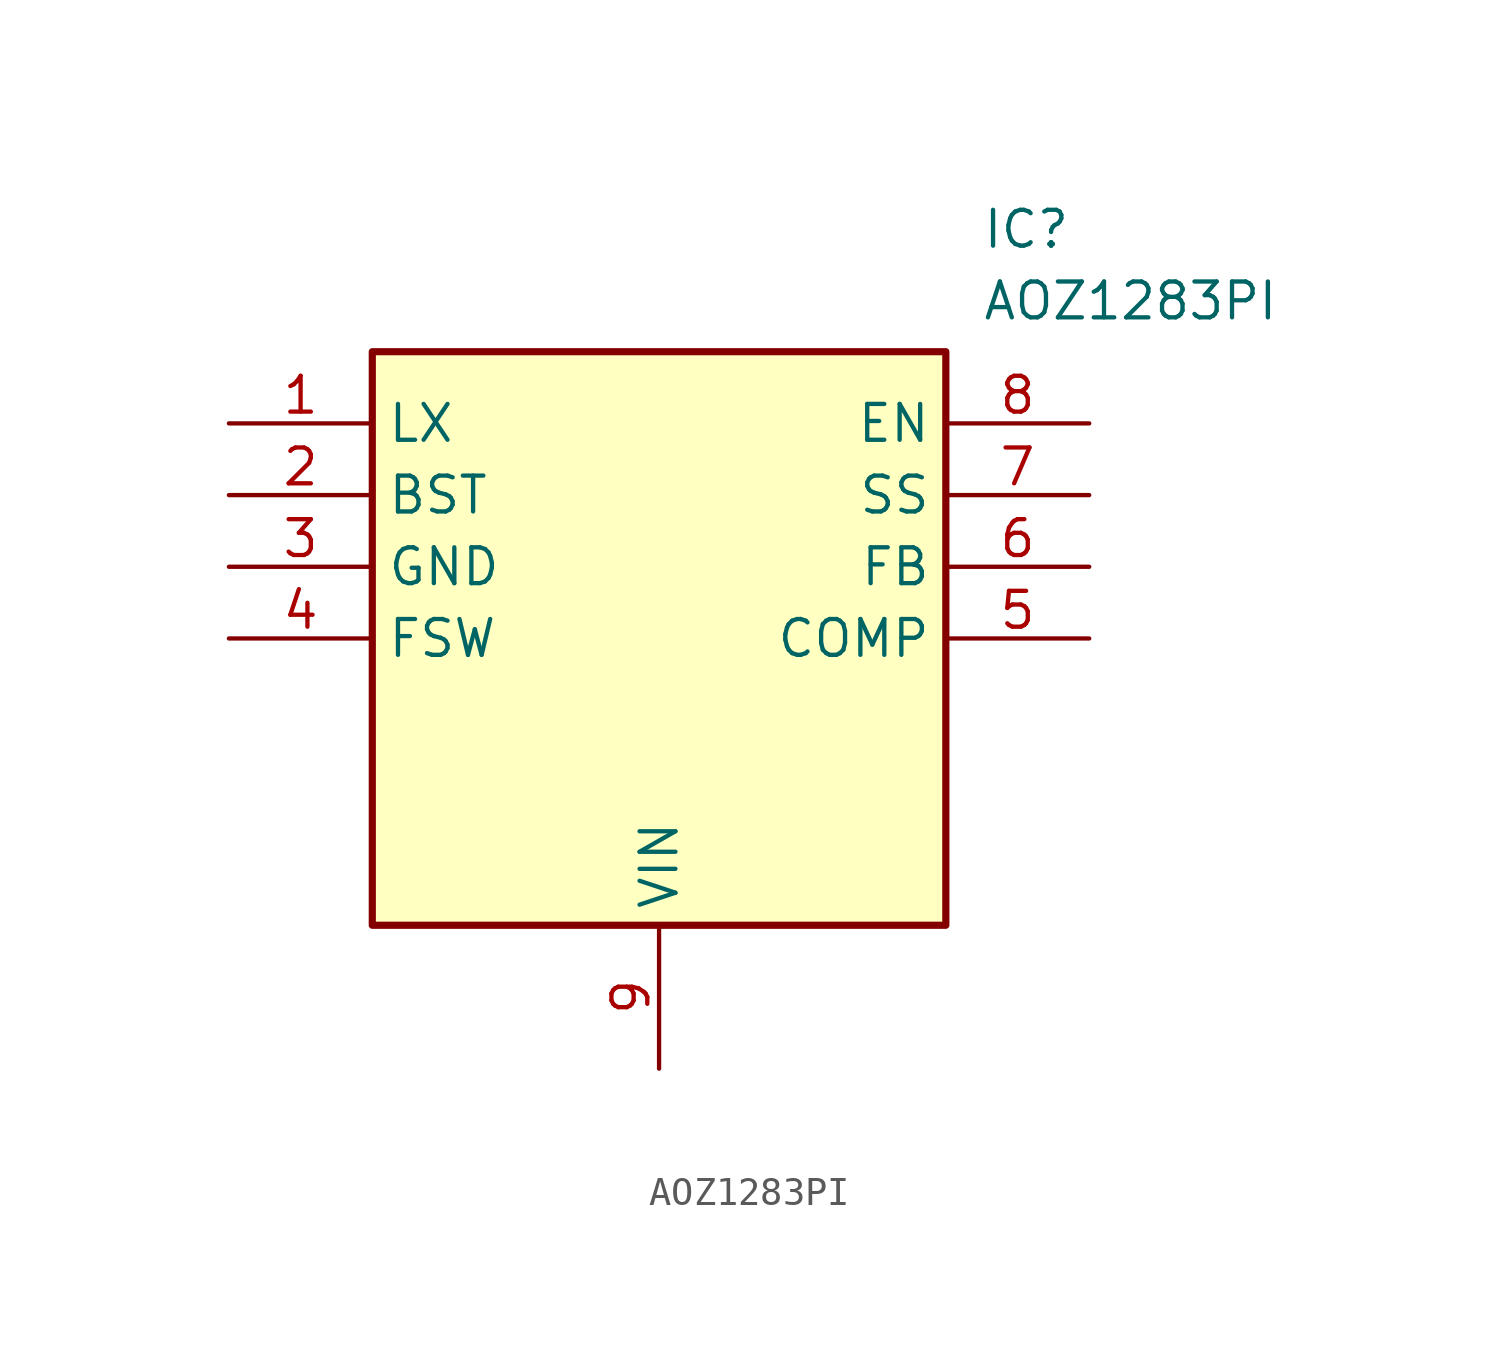
<source format=kicad_sym>
(kicad_symbol_lib
  (version 20211014)
  (generator SamacSys_ECAD_Model)
  (symbol "AOZ1283PI"
    (property "Reference" "IC"
      (at 26.67 7.62 0)
      (effects (font (size 1.27 1.27)) (justify left top)))
    (property "Value" "AOZ1283PI"
      (at 26.67 5.08 0)
      (effects (font (size 1.27 1.27)) (justify left top)))
    (rectangle
      (start 5.08 2.54)
      (end 25.4 -17.78)
      (stroke (width 0.254) (type default))
      (fill (type background)))
    (pin passive line
      (at 0 0 0)
      (length 5.08)
      (name "LX" (effects (font (size 1.27 1.27))))
      (number "1" (effects (font (size 1.27 1.27)))))
    (pin passive line
      (at 0 -2.54 0)
      (length 5.08)
      (name "BST" (effects (font (size 1.27 1.27))))
      (number "2" (effects (font (size 1.27 1.27)))))
    (pin passive line
      (at 0 -5.08 0)
      (length 5.08)
      (name "GND" (effects (font (size 1.27 1.27))))
      (number "3" (effects (font (size 1.27 1.27)))))
    (pin passive line
      (at 0 -7.62 0)
      (length 5.08)
      (name "FSW" (effects (font (size 1.27 1.27))))
      (number "4" (effects (font (size 1.27 1.27)))))
    (pin passive line
      (at 15.24 -22.86 90)
      (length 5.08)
      (name "VIN" (effects (font (size 1.27 1.27))))
      (number "9" (effects (font (size 1.27 1.27)))))
    (pin passive line
      (at 30.48 0 180)
      (length 5.08)
      (name "EN" (effects (font (size 1.27 1.27))))
      (number "8" (effects (font (size 1.27 1.27)))))
    (pin passive line
      (at 30.48 -2.54 180)
      (length 5.08)
      (name "SS" (effects (font (size 1.27 1.27))))
      (number "7" (effects (font (size 1.27 1.27)))))
    (pin passive line
      (at 30.48 -5.08 180)
      (length 5.08)
      (name "FB" (effects (font (size 1.27 1.27))))
      (number "6" (effects (font (size 1.27 1.27)))))
    (pin passive line
      (at 30.48 -7.62 180)
      (length 5.08)
      (name "COMP" (effects (font (size 1.27 1.27))))
      (number "5" (effects (font (size 1.27 1.27)))))))
</source>
